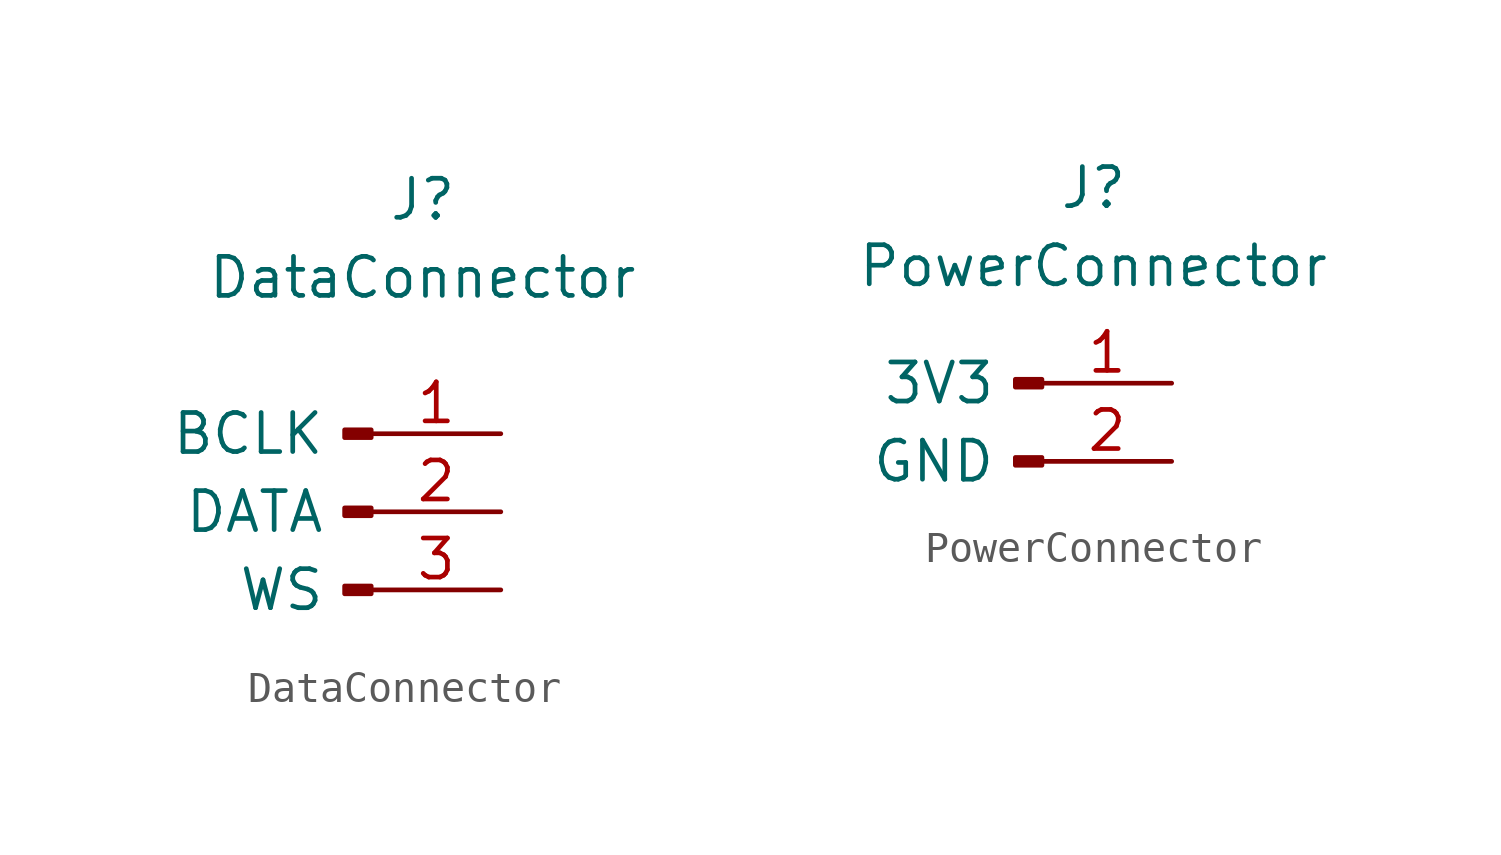
<source format=kicad_sym>
(kicad_symbol_lib
  (version 20220914)
  (generator kicad_symbol_editor)
  (symbol "DataConnector"
    (pin_names
      (offset 1.5))
    (property "Reference" "J"
      (at 0 10.16 0)
      (effects (font (size 1.27 1.27))))
    (property "Value" "DataConnector"
      (at 0 7.62 0)
      (effects (font (size 1.27 1.27))))
    (symbol "DataConnector_1_1"
      (rectangle (start -2.54 -2.413) (end -1.676 -2.667) (stroke (width 0.152) (type default)) (fill (type outline)))
      (rectangle (start -2.54 0.127) (end -1.676 -0.127) (stroke (width 0.152) (type default)) (fill (type outline)))
      (rectangle (start -2.54 2.667) (end -1.676 2.413) (stroke (width 0.152) (type default)) (fill (type outline)))
      (pin passive line (at 2.54 2.54 180) (length 4.2) (name "BCLK" (effects (font (size 1.27 1.27)))) (number "1" (effects (font (size 1.27 1.27)))))
      (pin passive line (at 2.54 0 180) (length 4.2) (name "DATA" (effects (font (size 1.27 1.27)))) (number "2" (effects (font (size 1.27 1.27)))))
      (pin passive line (at 2.54 -2.54 180) (length 4.2) (name "WS" (effects (font (size 1.27 1.27)))) (number "3" (effects (font (size 1.27 1.27)))))))
  (symbol "PowerConnector"
    (pin_names
      (offset 1.5))
    (property "Reference" "J"
      (at 0 7.62 0)
      (effects (font (size 1.27 1.27))))
    (property "Value" "PowerConnector"
      (at 0 5.08 0)
      (effects (font (size 1.27 1.27))))
    (symbol "PowerConnector_1_1"
      (rectangle (start -2.54 -1.143) (end -1.676 -1.397) (stroke (width 0.152) (type default)) (fill (type outline)))
      (rectangle (start -2.54 1.397) (end -1.676 1.143) (stroke (width 0.152) (type default)) (fill (type outline)))
      (pin passive line (at 2.54 1.27 180) (length 4.2) (name "3V3" (effects (font (size 1.27 1.27)))) (number "1" (effects (font (size 1.27 1.27)))))
      (pin passive line (at 2.54 -1.27 180) (length 4.2) (name "GND" (effects (font (size 1.27 1.27)))) (number "2" (effects (font (size 1.27 1.27))))))))
</source>
